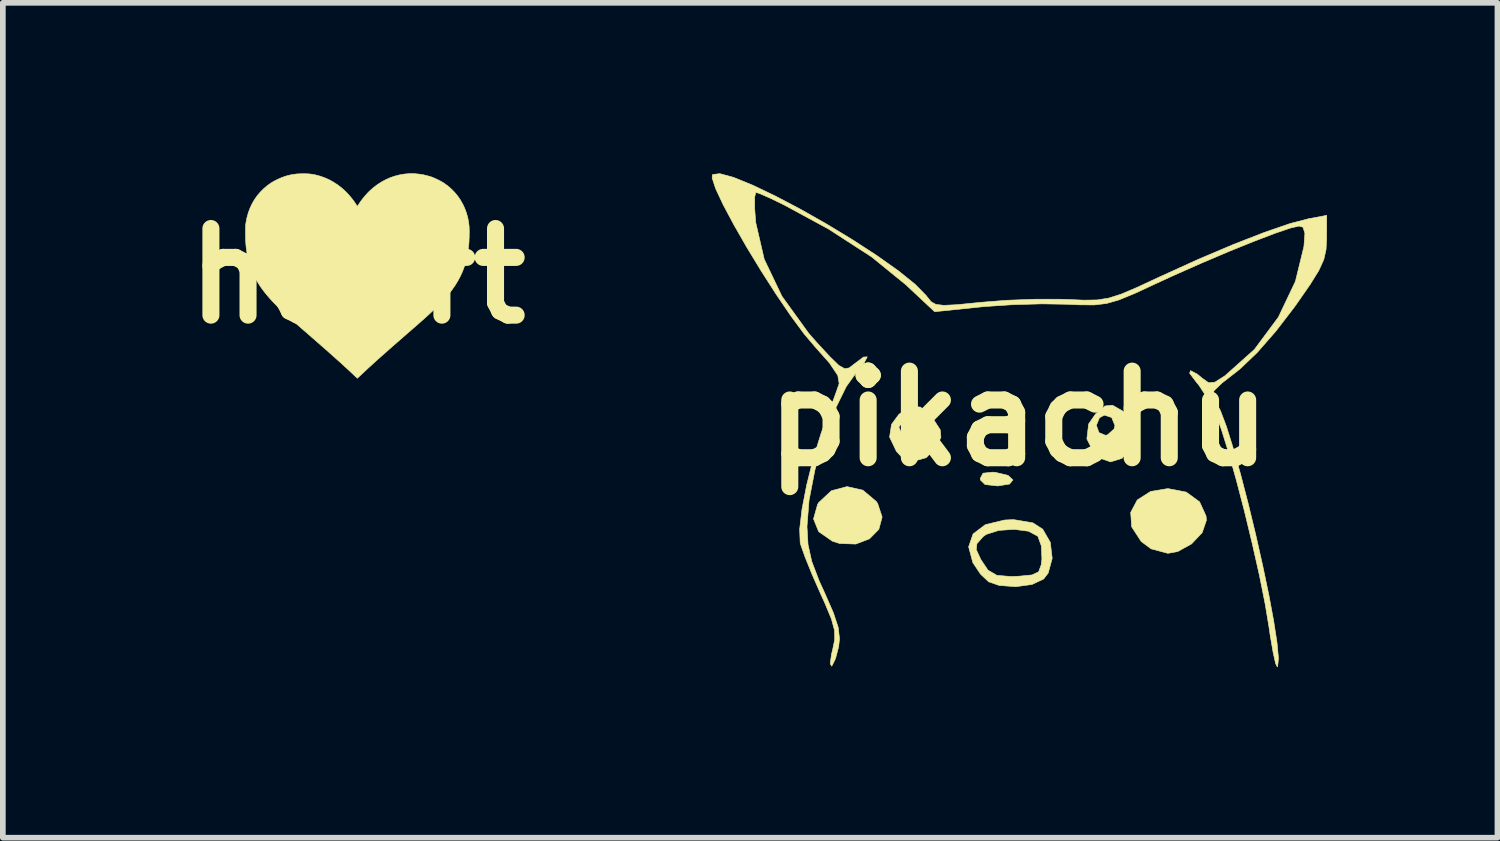
<source format=kicad_pcb>
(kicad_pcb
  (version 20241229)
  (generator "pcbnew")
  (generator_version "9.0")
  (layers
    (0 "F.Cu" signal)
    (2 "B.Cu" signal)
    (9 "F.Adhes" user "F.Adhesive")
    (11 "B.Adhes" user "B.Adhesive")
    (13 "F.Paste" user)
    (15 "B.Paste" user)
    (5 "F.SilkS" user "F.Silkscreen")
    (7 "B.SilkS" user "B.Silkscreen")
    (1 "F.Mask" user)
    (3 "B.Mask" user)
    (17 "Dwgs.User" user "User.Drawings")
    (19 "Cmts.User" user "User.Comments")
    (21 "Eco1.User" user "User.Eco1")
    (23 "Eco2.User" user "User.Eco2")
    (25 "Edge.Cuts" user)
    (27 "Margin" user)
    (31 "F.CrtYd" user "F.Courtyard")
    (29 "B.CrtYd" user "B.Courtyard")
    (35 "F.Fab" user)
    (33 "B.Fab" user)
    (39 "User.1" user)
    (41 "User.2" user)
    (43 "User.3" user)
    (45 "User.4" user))
  (footprint "pikachu"
    (layer "F.Cu")
    (at 14.873 4.314)
    (property "Reference" "pikachu" (at 0 0 0) (layer "F.SilkS") (effects (font (size 1.524 1.524) (thickness 0.3))))
    (attr through_hole)
    (fp_poly (pts (xy -0.409 0.947) (xy -0.187 1) (xy -0.102 1.08) (xy -0.161 1.152) (xy -0.366 1.185) (xy -0.374 1.185) (xy -0.592 1.161) (xy -0.675 1.08) (xy -0.677 1.053) (xy -0.628 0.961) (xy -0.46 0.943) (xy -0.409 0.947)) (stroke (width 0.01) (type solid)) (fill yes) (layer "F.SilkS"))
    (fp_poly (pts (xy -2.742 1.26) (xy -2.507 1.458) (xy -2.483 1.492) (xy -2.403 1.732) (xy -2.461 1.949) (xy -2.626 2.116) (xy -2.867 2.208) (xy -3.152 2.198) (xy -3.279 2.157) (xy -3.52 1.989) (xy -3.61 1.766) (xy -3.539 1.511) (xy -3.52 1.479) (xy -3.296 1.27) (xy -3.021 1.197) (xy -2.742 1.26)) (stroke (width 0.01) (type solid)) (fill yes) (layer "F.SilkS"))
    (fp_poly (pts (xy 2.947 1.294) (xy 3.182 1.465) (xy 3.296 1.714) (xy 3.302 1.791) (xy 3.228 2.007) (xy 3.041 2.205) (xy 2.797 2.34) (xy 2.625 2.371) (xy 2.328 2.292) (xy 2.155 2.163) (xy 1.987 1.905) (xy 1.97 1.651) (xy 2.086 1.432) (xy 2.321 1.282) (xy 2.625 1.232) (xy 2.947 1.294)) (stroke (width 0.01) (type solid)) (fill yes) (layer "F.SilkS"))
    (fp_poly (pts (xy -1.728 -0.202) (xy -1.531 -0.025) (xy -1.492 0.025) (xy -1.38 0.199) (xy -1.369 0.331) (xy -1.444 0.491) (xy -1.625 0.687) (xy -1.847 0.75) (xy -2.06 0.675) (xy -2.151 0.579) (xy -2.272 0.326) (xy -2.245 0.149) (xy -2.109 0.149) (xy -2.076 0.224) (xy -2.033 0.254) (xy -1.881 0.283) (xy -1.797 0.187) (xy -1.812 0.033) (xy -1.865 -0.067) (xy -1.94 -0.04) (xy -2.014 0.03) (xy -2.109 0.149) (xy -2.245 0.149) (xy -2.237 0.101) (xy -2.109 -0.073) (xy -1.914 -0.217) (xy -1.728 -0.202)) (stroke (width 0.01) (type solid)) (fill yes) (layer "F.SilkS"))
    (fp_poly (pts (xy 1.831 -0.131) (xy 1.844 -0.122) (xy 1.992 0.065) (xy 2.028 0.299) (xy 1.965 0.528) (xy 1.818 0.7) (xy 1.616 0.762) (xy 1.444 0.703) (xy 1.325 0.607) (xy 1.199 0.358) (xy 1.227 0.12) (xy 1.366 0.12) (xy 1.412 0.247) (xy 1.527 0.295) (xy 1.563 0.286) (xy 1.678 0.183) (xy 1.693 0.123) (xy 1.635 -0.019) (xy 1.507 -0.06) (xy 1.421 -0.015) (xy 1.366 0.12) (xy 1.227 0.12) (xy 1.23 0.095) (xy 1.355 -0.085) (xy 1.516 -0.221) (xy 1.649 -0.235) (xy 1.831 -0.131)) (stroke (width 0.01) (type solid)) (fill yes) (layer "F.SilkS"))
    (fp_poly (pts (xy 0.25 1.835) (xy 0.423 1.947) (xy 0.556 2.179) (xy 0.589 2.46) (xy 0.519 2.718) (xy 0.438 2.823) (xy 0.234 2.919) (xy -0.052 2.958) (xy -0.344 2.936) (xy -0.529 2.872) (xy -0.672 2.737) (xy -0.807 2.535) (xy -0.868 2.306) (xy -0.747 2.306) (xy -0.669 2.474) (xy -0.665 2.482) (xy -0.541 2.667) (xy -0.384 2.758) (xy -0.14 2.779) (xy 0 2.774) (xy 0.235 2.751) (xy 0.351 2.696) (xy 0.396 2.572) (xy 0.408 2.471) (xy 0.398 2.24) (xy 0.337 2.072) (xy 0.334 2.069) (xy 0.171 1.982) (xy -0.081 1.949) (xy -0.352 1.968) (xy -0.572 2.038) (xy -0.629 2.08) (xy -0.736 2.202) (xy -0.747 2.306) (xy -0.868 2.306) (xy -0.881 2.257) (xy -0.803 2.03) (xy -0.588 1.867) (xy -0.249 1.785) (xy -0.09 1.778) (xy 0.25 1.835)) (stroke (width 0.01) (type solid)) (fill yes) (layer "F.SilkS"))
    (fp_poly (pts (xy -5.016 -4.243) (xy -4.682 -4.107) (xy -4.281 -3.915) (xy -3.838 -3.682) (xy -3.376 -3.42) (xy -2.919 -3.143) (xy -2.492 -2.865) (xy -2.118 -2.6) (xy -1.822 -2.362) (xy -1.628 -2.164) (xy -1.608 -2.138) (xy -1.541 -2.055) (xy -1.456 -2.008) (xy -1.318 -1.992) (xy -1.09 -2.003) (xy -0.735 -2.038) (xy -0.677 -2.044) (xy -0.212 -2.081) (xy 0.298 -2.1) (xy 0.757 -2.099) (xy 0.843 -2.096) (xy 1.147 -2.083) (xy 1.379 -2.087) (xy 1.582 -2.119) (xy 1.803 -2.189) (xy 2.085 -2.309) (xy 2.474 -2.49) (xy 2.494 -2.499) (xy 3.154 -2.799) (xy 3.772 -3.061) (xy 4.321 -3.275) (xy 4.775 -3.431) (xy 5.101 -3.516) (xy 5.419 -3.575) (xy 5.417 -3.163) (xy 5.407 -2.97) (xy 5.367 -2.796) (xy 5.28 -2.605) (xy 5.128 -2.36) (xy 4.894 -2.023) (xy 4.846 -1.956) (xy 4.524 -1.537) (xy 4.198 -1.164) (xy 3.905 -0.883) (xy 3.832 -0.824) (xy 3.575 -0.624) (xy 3.438 -0.493) (xy 3.399 -0.401) (xy 3.439 -0.32) (xy 3.464 -0.292) (xy 3.547 -0.144) (xy 3.653 0.135) (xy 3.773 0.519) (xy 3.904 0.982) (xy 4.038 1.498) (xy 4.169 2.039) (xy 4.291 2.58) (xy 4.399 3.095) (xy 4.485 3.557) (xy 4.544 3.939) (xy 4.57 4.215) (xy 4.556 4.36) (xy 4.549 4.369) (xy 4.52 4.311) (xy 4.477 4.12) (xy 4.427 3.831) (xy 4.403 3.667) (xy 4.335 3.259) (xy 4.235 2.759) (xy 4.11 2.205) (xy 3.972 1.633) (xy 3.828 1.081) (xy 3.689 0.586) (xy 3.564 0.186) (xy 3.469 -0.066) (xy 3.329 -0.342) (xy 3.175 -0.58) (xy 3.114 -0.655) (xy 3.007 -0.798) (xy 3.023 -0.844) (xy 3.141 -0.782) (xy 3.227 -0.711) (xy 3.341 -0.63) (xy 3.451 -0.64) (xy 3.624 -0.75) (xy 3.629 -0.753) (xy 4.147 -1.216) (xy 4.568 -1.783) (xy 4.868 -2.413) (xy 5.018 -3.027) (xy 5.035 -3.259) (xy 5.002 -3.366) (xy 4.934 -3.387) (xy 4.784 -3.353) (xy 4.508 -3.259) (xy 4.136 -3.117) (xy 3.693 -2.938) (xy 3.211 -2.733) (xy 2.715 -2.513) (xy 2.41 -2.373) (xy 2.035 -2.199) (xy 1.762 -2.087) (xy 1.543 -2.024) (xy 1.328 -1.999) (xy 1.067 -2.001) (xy 0.844 -2.011) (xy 0.409 -2.018) (xy -0.099 -2.004) (xy -0.582 -1.972) (xy -0.676 -1.963) (xy -1.479 -1.88) (xy -1.99 -2.358) (xy -2.589 -2.845) (xy -3.345 -3.334) (xy -4.125 -3.757) (xy -4.372 -3.877) (xy -4.556 -3.958) (xy -4.624 -3.979) (xy -4.645 -3.903) (xy -4.646 -3.703) (xy -4.627 -3.45) (xy -4.478 -2.805) (xy -4.166 -2.152) (xy -3.695 -1.5) (xy -3.56 -1.346) (xy -3.321 -1.087) (xy -3.165 -0.936) (xy -3.062 -0.877) (xy -2.983 -0.891) (xy -2.903 -0.953) (xy -2.731 -1.082) (xy -2.665 -1.086) (xy -2.719 -0.979) (xy -2.815 -0.868) (xy -3.033 -0.564) (xy -3.244 -0.136) (xy -3.434 0.371) (xy -3.587 0.911) (xy -3.689 1.439) (xy -3.725 1.9) (xy -3.707 2.215) (xy -3.642 2.512) (xy -3.512 2.853) (xy -3.418 3.059) (xy -3.261 3.417) (xy -3.176 3.673) (xy -3.153 3.874) (xy -3.168 4.013) (xy -3.223 4.223) (xy -3.284 4.347) (xy -3.293 4.355) (xy -3.316 4.311) (xy -3.294 4.149) (xy -3.274 4.067) (xy -3.237 3.889) (xy -3.241 3.725) (xy -3.295 3.526) (xy -3.411 3.247) (xy -3.489 3.075) (xy -3.636 2.741) (xy -3.758 2.439) (xy -3.835 2.221) (xy -3.845 2.182) (xy -3.854 1.947) (xy -3.813 1.596) (xy -3.731 1.171) (xy -3.617 0.713) (xy -3.479 0.266) (xy -3.417 0.093) (xy -3.304 -0.21) (xy -3.211 -0.465) (xy -3.159 -0.616) (xy -3.183 -0.759) (xy -3.33 -0.978) (xy -3.573 -1.251) (xy -3.774 -1.488) (xy -4.011 -1.809) (xy -4.268 -2.187) (xy -4.531 -2.597) (xy -4.785 -3.014) (xy -5.013 -3.412) (xy -5.201 -3.765) (xy -5.333 -4.047) (xy -5.394 -4.234) (xy -5.388 -4.293) (xy -5.259 -4.309) (xy -5.016 -4.243)) (stroke (width 0.01) (type solid)) (fill yes) (layer "F.SilkS")))
  (footprint "heart"
    (layer "F.Cu")
    (at 3.237 1.805)
    (property "Reference" "heart" (at 0 0 0) (layer "F.SilkS") (effects (font (size 1.524 1.524) (thickness 0.3))))
    (attr through_hole)
    (fp_poly (pts (xy 1 -1.8) (xy 1.085 -1.792) (xy 1.171 -1.778) (xy 1.257 -1.756) (xy 1.306 -1.741) (xy 1.334 -1.73) (xy 1.366 -1.716) (xy 1.401 -1.7) (xy 1.436 -1.683) (xy 1.47 -1.665) (xy 1.5 -1.648) (xy 1.524 -1.633) (xy 1.594 -1.582) (xy 1.658 -1.526) (xy 1.716 -1.466) (xy 1.769 -1.401) (xy 1.816 -1.332) (xy 1.857 -1.259) (xy 1.892 -1.183) (xy 1.921 -1.103) (xy 1.944 -1.02) (xy 1.959 -0.933) (xy 1.966 -0.878) (xy 1.967 -0.857) (xy 1.968 -0.83) (xy 1.969 -0.799) (xy 1.969 -0.764) (xy 1.968 -0.726) (xy 1.968 -0.688) (xy 1.966 -0.651) (xy 1.965 -0.615) (xy 1.963 -0.583) (xy 1.961 -0.555) (xy 1.96 -0.548) (xy 1.948 -0.445) (xy 1.931 -0.348) (xy 1.909 -0.255) (xy 1.883 -0.166) (xy 1.851 -0.08) (xy 1.813 0.003) (xy 1.77 0.084) (xy 1.721 0.164) (xy 1.665 0.244) (xy 1.636 0.282) (xy 1.61 0.314) (xy 1.584 0.346) (xy 1.555 0.379) (xy 1.524 0.413) (xy 1.489 0.45) (xy 1.45 0.49) (xy 1.419 0.521) (xy 1.396 0.544) (xy 1.375 0.566) (xy 1.354 0.586) (xy 1.334 0.606) (xy 1.314 0.625) (xy 1.293 0.645) (xy 1.272 0.664) (xy 1.25 0.685) (xy 1.227 0.706) (xy 1.201 0.729) (xy 1.174 0.754) (xy 1.143 0.781) (xy 1.11 0.81) (xy 1.074 0.842) (xy 1.034 0.877) (xy 0.989 0.916) (xy 0.94 0.959) (xy 0.886 1.005) (xy 0.847 1.04) (xy 0.766 1.11) (xy 0.691 1.176) (xy 0.62 1.237) (xy 0.555 1.295) (xy 0.493 1.35) (xy 0.434 1.402) (xy 0.379 1.451) (xy 0.327 1.498) (xy 0.277 1.543) (xy 0.229 1.587) (xy 0.183 1.629) (xy 0.138 1.671) (xy 0.094 1.712) (xy 0.057 1.747) (xy 0.04 1.763) (xy 0.025 1.777) (xy 0.013 1.788) (xy 0.004 1.796) (xy -0.000082 1.8) (xy -0.00044 1.8) (xy -0.003 1.797) (xy -0.011 1.791) (xy -0.021 1.781) (xy -0.034 1.769) (xy -0.039 1.764) (xy -0.083 1.722) (xy -0.13 1.678) (xy -0.18 1.632) (xy -0.232 1.584) (xy -0.288 1.532) (xy -0.348 1.479) (xy -0.412 1.422) (xy -0.48 1.361) (xy -0.552 1.297) (xy -0.629 1.23) (xy -0.711 1.158) (xy -0.798 1.082) (xy -0.861 1.027) (xy -0.923 0.973) (xy -0.98 0.924) (xy -1.031 0.879) (xy -1.079 0.838) (xy -1.122 0.8) (xy -1.161 0.764) (xy -1.198 0.732) (xy -1.231 0.702) (xy -1.262 0.674) (xy -1.29 0.647) (xy -1.317 0.622) (xy -1.343 0.597) (xy -1.368 0.573) (xy -1.392 0.55) (xy -1.416 0.526) (xy -1.44 0.501) (xy -1.447 0.495) (xy -1.521 0.417) (xy -1.588 0.34) (xy -1.648 0.265) (xy -1.703 0.19) (xy -1.751 0.115) (xy -1.794 0.04) (xy -1.832 -0.036) (xy -1.864 -0.114) (xy -1.892 -0.195) (xy -1.915 -0.277) (xy -1.934 -0.363) (xy -1.947 -0.438) (xy -1.952 -0.477) (xy -1.957 -0.513) (xy -1.96 -0.548) (xy -1.963 -0.583) (xy -1.965 -0.62) (xy -1.966 -0.66) (xy -1.967 -0.704) (xy -1.967 -0.753) (xy -1.967 -0.789) (xy -1.967 -0.819) (xy -1.967 -0.844) (xy -1.967 -0.864) (xy -1.966 -0.881) (xy -1.965 -0.896) (xy -1.964 -0.909) (xy -1.962 -0.923) (xy -1.96 -0.937) (xy -1.959 -0.941) (xy -1.942 -1.028) (xy -1.918 -1.113) (xy -1.888 -1.193) (xy -1.852 -1.27) (xy -1.81 -1.343) (xy -1.762 -1.411) (xy -1.708 -1.475) (xy -1.648 -1.535) (xy -1.583 -1.59) (xy -1.523 -1.633) (xy -1.481 -1.659) (xy -1.434 -1.684) (xy -1.384 -1.708) (xy -1.333 -1.73) (xy -1.283 -1.748) (xy -1.253 -1.758) (xy -1.205 -1.771) (xy -1.16 -1.781) (xy -1.116 -1.788) (xy -1.071 -1.794) (xy -1.022 -1.797) (xy -0.969 -1.798) (xy -0.953 -1.798) (xy -0.915 -1.798) (xy -0.883 -1.797) (xy -0.855 -1.796) (xy -0.829 -1.793) (xy -0.804 -1.79) (xy -0.777 -1.786) (xy -0.748 -1.78) (xy -0.729 -1.776) (xy -0.648 -1.754) (xy -0.568 -1.725) (xy -0.49 -1.69) (xy -0.414 -1.647) (xy -0.341 -1.599) (xy -0.272 -1.545) (xy -0.213 -1.492) (xy -0.171 -1.449) (xy -0.129 -1.402) (xy -0.089 -1.353) (xy -0.052 -1.303) (xy -0.021 -1.256) (xy -0.013 -1.243) (xy -0.006 -1.233) (xy -0.001 -1.227) (xy 0 -1.226) (xy 0.003 -1.229) (xy 0.008 -1.237) (xy 0.016 -1.248) (xy 0.021 -1.256) (xy 0.054 -1.305) (xy 0.091 -1.355) (xy 0.131 -1.404) (xy 0.173 -1.451) (xy 0.214 -1.493) (xy 0.282 -1.553) (xy 0.354 -1.608) (xy 0.428 -1.655) (xy 0.504 -1.696) (xy 0.583 -1.731) (xy 0.664 -1.758) (xy 0.746 -1.779) (xy 0.83 -1.793) (xy 0.914 -1.8) (xy 1 -1.8)) (stroke (width 0.01) (type solid)) (fill yes) (layer "F.SilkS")))
  (gr_rect
    (start -3 -3)
    (end 23.296 11.688)
    (stroke (width 0.1) (type default))
    (fill no)
    (layer "Edge.Cuts")))
</source>
